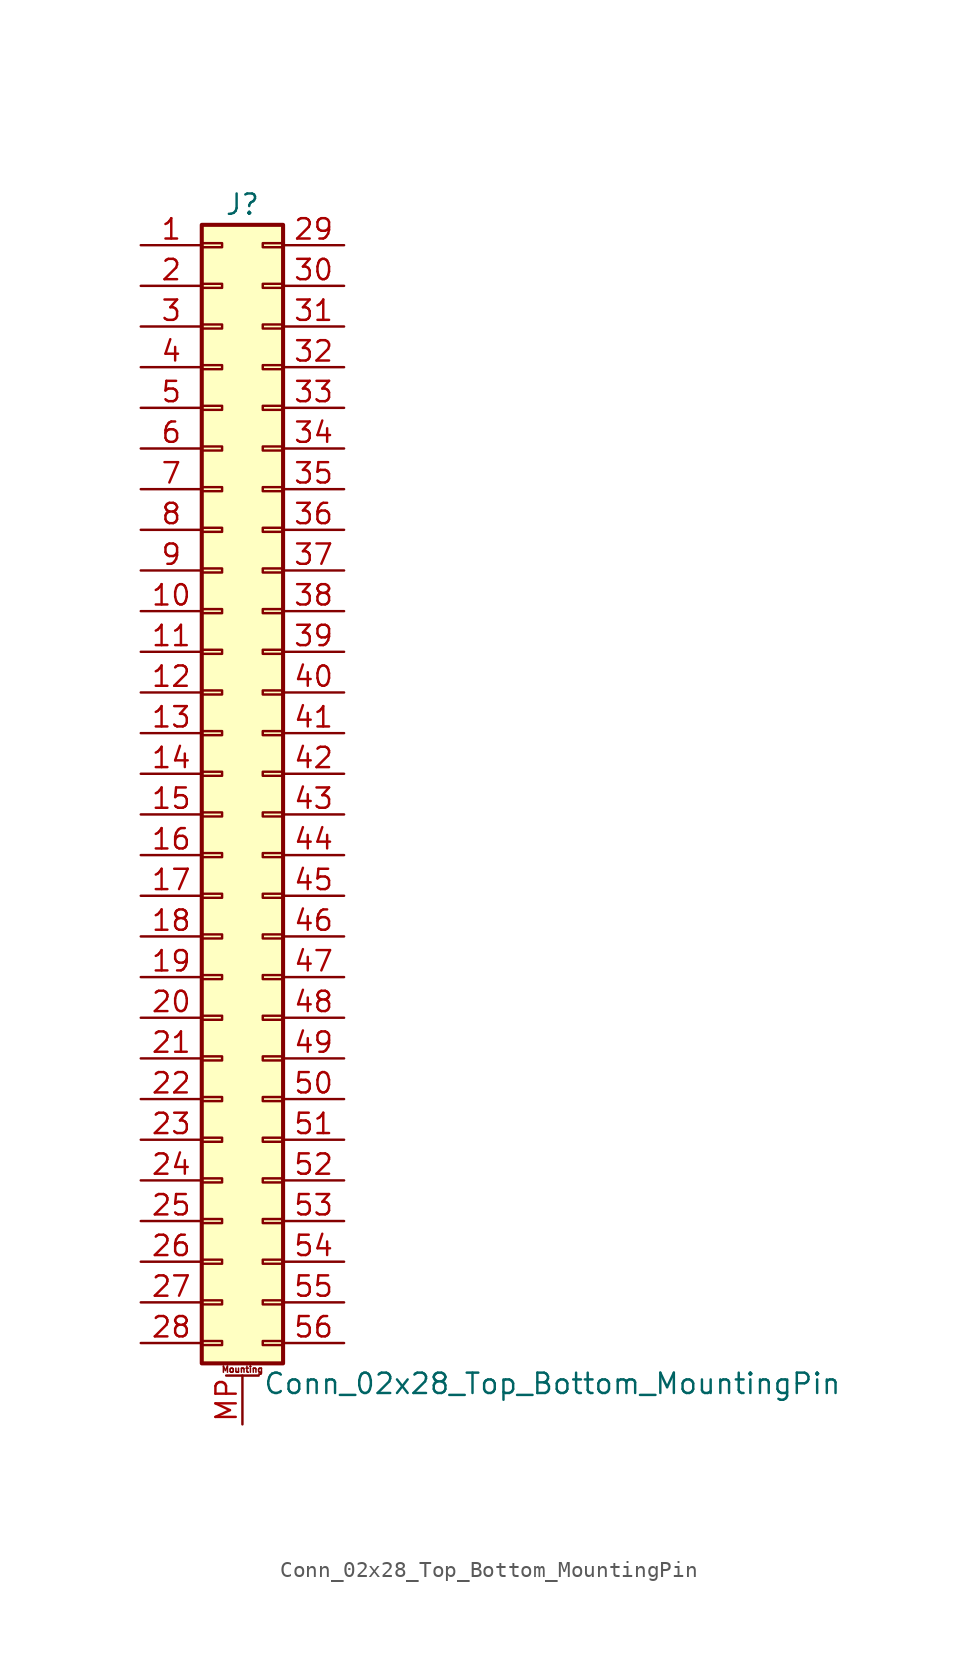
<source format=kicad_sym>
(kicad_symbol_lib
  (version 20211014)
  (generator kicad_symbol_editor)
  (symbol "Conn_02x28_Top_Bottom_MountingPin"
    (pin_names
      (offset 1.016) hide)
    (property "Reference" "J"
      (at 1.27 35.56 0)
      (effects (font (size 1.27 1.27))))
    (property "Value" "Conn_02x28_Top_Bottom_MountingPin"
      (at 2.54 -38.1 0)
      (effects (font (size 1.27 1.27)) (justify left)))
    (symbol "Conn_02x28_Top_Bottom_MountingPin_1_1"
      (rectangle (start -1.27 -35.433) (end 0 -35.687) (stroke (width 0.152) (type default) (color 0 0 0 0)) (fill (type none)))
      (rectangle (start -1.27 -32.893) (end 0 -33.147) (stroke (width 0.152) (type default) (color 0 0 0 0)) (fill (type none)))
      (rectangle (start -1.27 -30.353) (end 0 -30.607) (stroke (width 0.152) (type default) (color 0 0 0 0)) (fill (type none)))
      (rectangle (start -1.27 -27.813) (end 0 -28.067) (stroke (width 0.152) (type default) (color 0 0 0 0)) (fill (type none)))
      (rectangle (start -1.27 -25.273) (end 0 -25.527) (stroke (width 0.152) (type default) (color 0 0 0 0)) (fill (type none)))
      (rectangle (start -1.27 -22.733) (end 0 -22.987) (stroke (width 0.152) (type default) (color 0 0 0 0)) (fill (type none)))
      (rectangle (start -1.27 -20.193) (end 0 -20.447) (stroke (width 0.152) (type default) (color 0 0 0 0)) (fill (type none)))
      (rectangle (start -1.27 -17.653) (end 0 -17.907) (stroke (width 0.152) (type default) (color 0 0 0 0)) (fill (type none)))
      (rectangle (start -1.27 -15.113) (end 0 -15.367) (stroke (width 0.152) (type default) (color 0 0 0 0)) (fill (type none)))
      (rectangle (start -1.27 -12.573) (end 0 -12.827) (stroke (width 0.152) (type default) (color 0 0 0 0)) (fill (type none)))
      (rectangle (start -1.27 -10.033) (end 0 -10.287) (stroke (width 0.152) (type default) (color 0 0 0 0)) (fill (type none)))
      (rectangle (start -1.27 -7.493) (end 0 -7.747) (stroke (width 0.152) (type default) (color 0 0 0 0)) (fill (type none)))
      (rectangle (start -1.27 -4.953) (end 0 -5.207) (stroke (width 0.152) (type default) (color 0 0 0 0)) (fill (type none)))
      (rectangle (start -1.27 -2.413) (end 0 -2.667) (stroke (width 0.152) (type default) (color 0 0 0 0)) (fill (type none)))
      (rectangle (start -1.27 0.127) (end 0 -0.127) (stroke (width 0.152) (type default) (color 0 0 0 0)) (fill (type none)))
      (rectangle (start -1.27 2.667) (end 0 2.413) (stroke (width 0.152) (type default) (color 0 0 0 0)) (fill (type none)))
      (rectangle (start -1.27 5.207) (end 0 4.953) (stroke (width 0.152) (type default) (color 0 0 0 0)) (fill (type none)))
      (rectangle (start -1.27 7.747) (end 0 7.493) (stroke (width 0.152) (type default) (color 0 0 0 0)) (fill (type none)))
      (rectangle (start -1.27 10.287) (end 0 10.033) (stroke (width 0.152) (type default) (color 0 0 0 0)) (fill (type none)))
      (rectangle (start -1.27 12.827) (end 0 12.573) (stroke (width 0.152) (type default) (color 0 0 0 0)) (fill (type none)))
      (rectangle (start -1.27 15.367) (end 0 15.113) (stroke (width 0.152) (type default) (color 0 0 0 0)) (fill (type none)))
      (rectangle (start -1.27 17.907) (end 0 17.653) (stroke (width 0.152) (type default) (color 0 0 0 0)) (fill (type none)))
      (rectangle (start -1.27 20.447) (end 0 20.193) (stroke (width 0.152) (type default) (color 0 0 0 0)) (fill (type none)))
      (rectangle (start -1.27 22.987) (end 0 22.733) (stroke (width 0.152) (type default) (color 0 0 0 0)) (fill (type none)))
      (rectangle (start -1.27 25.527) (end 0 25.273) (stroke (width 0.152) (type default) (color 0 0 0 0)) (fill (type none)))
      (rectangle (start -1.27 28.067) (end 0 27.813) (stroke (width 0.152) (type default) (color 0 0 0 0)) (fill (type none)))
      (rectangle (start -1.27 30.607) (end 0 30.353) (stroke (width 0.152) (type default) (color 0 0 0 0)) (fill (type none)))
      (rectangle (start -1.27 33.147) (end 0 32.893) (stroke (width 0.152) (type default) (color 0 0 0 0)) (fill (type none)))
      (rectangle (start -1.27 34.29) (end 3.81 -36.83) (stroke (width 0.254) (type default) (color 0 0 0 0)) (fill (type background)))
      (polyline (pts (xy 0.254 -37.592) (xy 2.286 -37.592)) (stroke (width 0.152) (type default) (color 0 0 0 0)) (fill (type none)))
      (rectangle (start 3.81 -35.433) (end 2.54 -35.687) (stroke (width 0.152) (type default) (color 0 0 0 0)) (fill (type none)))
      (rectangle (start 3.81 -32.893) (end 2.54 -33.147) (stroke (width 0.152) (type default) (color 0 0 0 0)) (fill (type none)))
      (rectangle (start 3.81 -30.353) (end 2.54 -30.607) (stroke (width 0.152) (type default) (color 0 0 0 0)) (fill (type none)))
      (rectangle (start 3.81 -27.813) (end 2.54 -28.067) (stroke (width 0.152) (type default) (color 0 0 0 0)) (fill (type none)))
      (rectangle (start 3.81 -25.273) (end 2.54 -25.527) (stroke (width 0.152) (type default) (color 0 0 0 0)) (fill (type none)))
      (rectangle (start 3.81 -22.733) (end 2.54 -22.987) (stroke (width 0.152) (type default) (color 0 0 0 0)) (fill (type none)))
      (rectangle (start 3.81 -20.193) (end 2.54 -20.447) (stroke (width 0.152) (type default) (color 0 0 0 0)) (fill (type none)))
      (rectangle (start 3.81 -17.653) (end 2.54 -17.907) (stroke (width 0.152) (type default) (color 0 0 0 0)) (fill (type none)))
      (rectangle (start 3.81 -15.113) (end 2.54 -15.367) (stroke (width 0.152) (type default) (color 0 0 0 0)) (fill (type none)))
      (rectangle (start 3.81 -12.573) (end 2.54 -12.827) (stroke (width 0.152) (type default) (color 0 0 0 0)) (fill (type none)))
      (rectangle (start 3.81 -10.033) (end 2.54 -10.287) (stroke (width 0.152) (type default) (color 0 0 0 0)) (fill (type none)))
      (rectangle (start 3.81 -7.493) (end 2.54 -7.747) (stroke (width 0.152) (type default) (color 0 0 0 0)) (fill (type none)))
      (rectangle (start 3.81 -4.953) (end 2.54 -5.207) (stroke (width 0.152) (type default) (color 0 0 0 0)) (fill (type none)))
      (rectangle (start 3.81 -2.413) (end 2.54 -2.667) (stroke (width 0.152) (type default) (color 0 0 0 0)) (fill (type none)))
      (rectangle (start 3.81 0.127) (end 2.54 -0.127) (stroke (width 0.152) (type default) (color 0 0 0 0)) (fill (type none)))
      (rectangle (start 3.81 2.667) (end 2.54 2.413) (stroke (width 0.152) (type default) (color 0 0 0 0)) (fill (type none)))
      (rectangle (start 3.81 5.207) (end 2.54 4.953) (stroke (width 0.152) (type default) (color 0 0 0 0)) (fill (type none)))
      (rectangle (start 3.81 7.747) (end 2.54 7.493) (stroke (width 0.152) (type default) (color 0 0 0 0)) (fill (type none)))
      (rectangle (start 3.81 10.287) (end 2.54 10.033) (stroke (width 0.152) (type default) (color 0 0 0 0)) (fill (type none)))
      (rectangle (start 3.81 12.827) (end 2.54 12.573) (stroke (width 0.152) (type default) (color 0 0 0 0)) (fill (type none)))
      (rectangle (start 3.81 15.367) (end 2.54 15.113) (stroke (width 0.152) (type default) (color 0 0 0 0)) (fill (type none)))
      (rectangle (start 3.81 17.907) (end 2.54 17.653) (stroke (width 0.152) (type default) (color 0 0 0 0)) (fill (type none)))
      (rectangle (start 3.81 20.447) (end 2.54 20.193) (stroke (width 0.152) (type default) (color 0 0 0 0)) (fill (type none)))
      (rectangle (start 3.81 22.987) (end 2.54 22.733) (stroke (width 0.152) (type default) (color 0 0 0 0)) (fill (type none)))
      (rectangle (start 3.81 25.527) (end 2.54 25.273) (stroke (width 0.152) (type default) (color 0 0 0 0)) (fill (type none)))
      (rectangle (start 3.81 28.067) (end 2.54 27.813) (stroke (width 0.152) (type default) (color 0 0 0 0)) (fill (type none)))
      (rectangle (start 3.81 30.607) (end 2.54 30.353) (stroke (width 0.152) (type default) (color 0 0 0 0)) (fill (type none)))
      (rectangle (start 3.81 33.147) (end 2.54 32.893) (stroke (width 0.152) (type default) (color 0 0 0 0)) (fill (type none)))
      (text "Mounting" (at 1.27 -37.211 0) (effects (font (size 0.381 0.381))))
      (pin passive line (at -5.08 33.02 0) (length 3.81) (name "Pin_1" (effects (font (size 1.27 1.27)))) (number "1" (effects (font (size 1.27 1.27)))))
      (pin passive line (at -5.08 10.16 0) (length 3.81) (name "Pin_10" (effects (font (size 1.27 1.27)))) (number "10" (effects (font (size 1.27 1.27)))))
      (pin passive line (at -5.08 7.62 0) (length 3.81) (name "Pin_11" (effects (font (size 1.27 1.27)))) (number "11" (effects (font (size 1.27 1.27)))))
      (pin passive line (at -5.08 5.08 0) (length 3.81) (name "Pin_12" (effects (font (size 1.27 1.27)))) (number "12" (effects (font (size 1.27 1.27)))))
      (pin passive line (at -5.08 2.54 0) (length 3.81) (name "Pin_13" (effects (font (size 1.27 1.27)))) (number "13" (effects (font (size 1.27 1.27)))))
      (pin passive line (at -5.08 0 0) (length 3.81) (name "Pin_14" (effects (font (size 1.27 1.27)))) (number "14" (effects (font (size 1.27 1.27)))))
      (pin passive line (at -5.08 -2.54 0) (length 3.81) (name "Pin_15" (effects (font (size 1.27 1.27)))) (number "15" (effects (font (size 1.27 1.27)))))
      (pin passive line (at -5.08 -5.08 0) (length 3.81) (name "Pin_16" (effects (font (size 1.27 1.27)))) (number "16" (effects (font (size 1.27 1.27)))))
      (pin passive line (at -5.08 -7.62 0) (length 3.81) (name "Pin_17" (effects (font (size 1.27 1.27)))) (number "17" (effects (font (size 1.27 1.27)))))
      (pin passive line (at -5.08 -10.16 0) (length 3.81) (name "Pin_18" (effects (font (size 1.27 1.27)))) (number "18" (effects (font (size 1.27 1.27)))))
      (pin passive line (at -5.08 -12.7 0) (length 3.81) (name "Pin_19" (effects (font (size 1.27 1.27)))) (number "19" (effects (font (size 1.27 1.27)))))
      (pin passive line (at -5.08 30.48 0) (length 3.81) (name "Pin_2" (effects (font (size 1.27 1.27)))) (number "2" (effects (font (size 1.27 1.27)))))
      (pin passive line (at -5.08 -15.24 0) (length 3.81) (name "Pin_20" (effects (font (size 1.27 1.27)))) (number "20" (effects (font (size 1.27 1.27)))))
      (pin passive line (at -5.08 -17.78 0) (length 3.81) (name "Pin_21" (effects (font (size 1.27 1.27)))) (number "21" (effects (font (size 1.27 1.27)))))
      (pin passive line (at -5.08 -20.32 0) (length 3.81) (name "Pin_22" (effects (font (size 1.27 1.27)))) (number "22" (effects (font (size 1.27 1.27)))))
      (pin passive line (at -5.08 -22.86 0) (length 3.81) (name "Pin_23" (effects (font (size 1.27 1.27)))) (number "23" (effects (font (size 1.27 1.27)))))
      (pin passive line (at -5.08 -25.4 0) (length 3.81) (name "Pin_24" (effects (font (size 1.27 1.27)))) (number "24" (effects (font (size 1.27 1.27)))))
      (pin passive line (at -5.08 -27.94 0) (length 3.81) (name "Pin_25" (effects (font (size 1.27 1.27)))) (number "25" (effects (font (size 1.27 1.27)))))
      (pin passive line (at -5.08 -30.48 0) (length 3.81) (name "Pin_26" (effects (font (size 1.27 1.27)))) (number "26" (effects (font (size 1.27 1.27)))))
      (pin passive line (at -5.08 -33.02 0) (length 3.81) (name "Pin_27" (effects (font (size 1.27 1.27)))) (number "27" (effects (font (size 1.27 1.27)))))
      (pin passive line (at -5.08 -35.56 0) (length 3.81) (name "Pin_28" (effects (font (size 1.27 1.27)))) (number "28" (effects (font (size 1.27 1.27)))))
      (pin passive line (at 7.62 33.02 180) (length 3.81) (name "Pin_29" (effects (font (size 1.27 1.27)))) (number "29" (effects (font (size 1.27 1.27)))))
      (pin passive line (at -5.08 27.94 0) (length 3.81) (name "Pin_3" (effects (font (size 1.27 1.27)))) (number "3" (effects (font (size 1.27 1.27)))))
      (pin passive line (at 7.62 30.48 180) (length 3.81) (name "Pin_30" (effects (font (size 1.27 1.27)))) (number "30" (effects (font (size 1.27 1.27)))))
      (pin passive line (at 7.62 27.94 180) (length 3.81) (name "Pin_31" (effects (font (size 1.27 1.27)))) (number "31" (effects (font (size 1.27 1.27)))))
      (pin passive line (at 7.62 25.4 180) (length 3.81) (name "Pin_32" (effects (font (size 1.27 1.27)))) (number "32" (effects (font (size 1.27 1.27)))))
      (pin passive line (at 7.62 22.86 180) (length 3.81) (name "Pin_33" (effects (font (size 1.27 1.27)))) (number "33" (effects (font (size 1.27 1.27)))))
      (pin passive line (at 7.62 20.32 180) (length 3.81) (name "Pin_34" (effects (font (size 1.27 1.27)))) (number "34" (effects (font (size 1.27 1.27)))))
      (pin passive line (at 7.62 17.78 180) (length 3.81) (name "Pin_35" (effects (font (size 1.27 1.27)))) (number "35" (effects (font (size 1.27 1.27)))))
      (pin passive line (at 7.62 15.24 180) (length 3.81) (name "Pin_36" (effects (font (size 1.27 1.27)))) (number "36" (effects (font (size 1.27 1.27)))))
      (pin passive line (at 7.62 12.7 180) (length 3.81) (name "Pin_37" (effects (font (size 1.27 1.27)))) (number "37" (effects (font (size 1.27 1.27)))))
      (pin passive line (at 7.62 10.16 180) (length 3.81) (name "Pin_38" (effects (font (size 1.27 1.27)))) (number "38" (effects (font (size 1.27 1.27)))))
      (pin passive line (at 7.62 7.62 180) (length 3.81) (name "Pin_39" (effects (font (size 1.27 1.27)))) (number "39" (effects (font (size 1.27 1.27)))))
      (pin passive line (at -5.08 25.4 0) (length 3.81) (name "Pin_4" (effects (font (size 1.27 1.27)))) (number "4" (effects (font (size 1.27 1.27)))))
      (pin passive line (at 7.62 5.08 180) (length 3.81) (name "Pin_40" (effects (font (size 1.27 1.27)))) (number "40" (effects (font (size 1.27 1.27)))))
      (pin passive line (at 7.62 2.54 180) (length 3.81) (name "Pin_41" (effects (font (size 1.27 1.27)))) (number "41" (effects (font (size 1.27 1.27)))))
      (pin passive line (at 7.62 0 180) (length 3.81) (name "Pin_42" (effects (font (size 1.27 1.27)))) (number "42" (effects (font (size 1.27 1.27)))))
      (pin passive line (at 7.62 -2.54 180) (length 3.81) (name "Pin_43" (effects (font (size 1.27 1.27)))) (number "43" (effects (font (size 1.27 1.27)))))
      (pin passive line (at 7.62 -5.08 180) (length 3.81) (name "Pin_44" (effects (font (size 1.27 1.27)))) (number "44" (effects (font (size 1.27 1.27)))))
      (pin passive line (at 7.62 -7.62 180) (length 3.81) (name "Pin_45" (effects (font (size 1.27 1.27)))) (number "45" (effects (font (size 1.27 1.27)))))
      (pin passive line (at 7.62 -10.16 180) (length 3.81) (name "Pin_46" (effects (font (size 1.27 1.27)))) (number "46" (effects (font (size 1.27 1.27)))))
      (pin passive line (at 7.62 -12.7 180) (length 3.81) (name "Pin_47" (effects (font (size 1.27 1.27)))) (number "47" (effects (font (size 1.27 1.27)))))
      (pin passive line (at 7.62 -15.24 180) (length 3.81) (name "Pin_48" (effects (font (size 1.27 1.27)))) (number "48" (effects (font (size 1.27 1.27)))))
      (pin passive line (at 7.62 -17.78 180) (length 3.81) (name "Pin_49" (effects (font (size 1.27 1.27)))) (number "49" (effects (font (size 1.27 1.27)))))
      (pin passive line (at -5.08 22.86 0) (length 3.81) (name "Pin_5" (effects (font (size 1.27 1.27)))) (number "5" (effects (font (size 1.27 1.27)))))
      (pin passive line (at 7.62 -20.32 180) (length 3.81) (name "Pin_50" (effects (font (size 1.27 1.27)))) (number "50" (effects (font (size 1.27 1.27)))))
      (pin passive line (at 7.62 -22.86 180) (length 3.81) (name "Pin_51" (effects (font (size 1.27 1.27)))) (number "51" (effects (font (size 1.27 1.27)))))
      (pin passive line (at 7.62 -25.4 180) (length 3.81) (name "Pin_52" (effects (font (size 1.27 1.27)))) (number "52" (effects (font (size 1.27 1.27)))))
      (pin passive line (at 7.62 -27.94 180) (length 3.81) (name "Pin_53" (effects (font (size 1.27 1.27)))) (number "53" (effects (font (size 1.27 1.27)))))
      (pin passive line (at 7.62 -30.48 180) (length 3.81) (name "Pin_54" (effects (font (size 1.27 1.27)))) (number "54" (effects (font (size 1.27 1.27)))))
      (pin passive line (at 7.62 -33.02 180) (length 3.81) (name "Pin_55" (effects (font (size 1.27 1.27)))) (number "55" (effects (font (size 1.27 1.27)))))
      (pin passive line (at 7.62 -35.56 180) (length 3.81) (name "Pin_56" (effects (font (size 1.27 1.27)))) (number "56" (effects (font (size 1.27 1.27)))))
      (pin passive line (at -5.08 20.32 0) (length 3.81) (name "Pin_6" (effects (font (size 1.27 1.27)))) (number "6" (effects (font (size 1.27 1.27)))))
      (pin passive line (at -5.08 17.78 0) (length 3.81) (name "Pin_7" (effects (font (size 1.27 1.27)))) (number "7" (effects (font (size 1.27 1.27)))))
      (pin passive line (at -5.08 15.24 0) (length 3.81) (name "Pin_8" (effects (font (size 1.27 1.27)))) (number "8" (effects (font (size 1.27 1.27)))))
      (pin passive line (at -5.08 12.7 0) (length 3.81) (name "Pin_9" (effects (font (size 1.27 1.27)))) (number "9" (effects (font (size 1.27 1.27)))))
      (pin passive line (at 1.27 -40.64 90) (length 3.048) (name "MountPin" (effects (font (size 1.27 1.27)))) (number "MP" (effects (font (size 1.27 1.27))))))))
</source>
